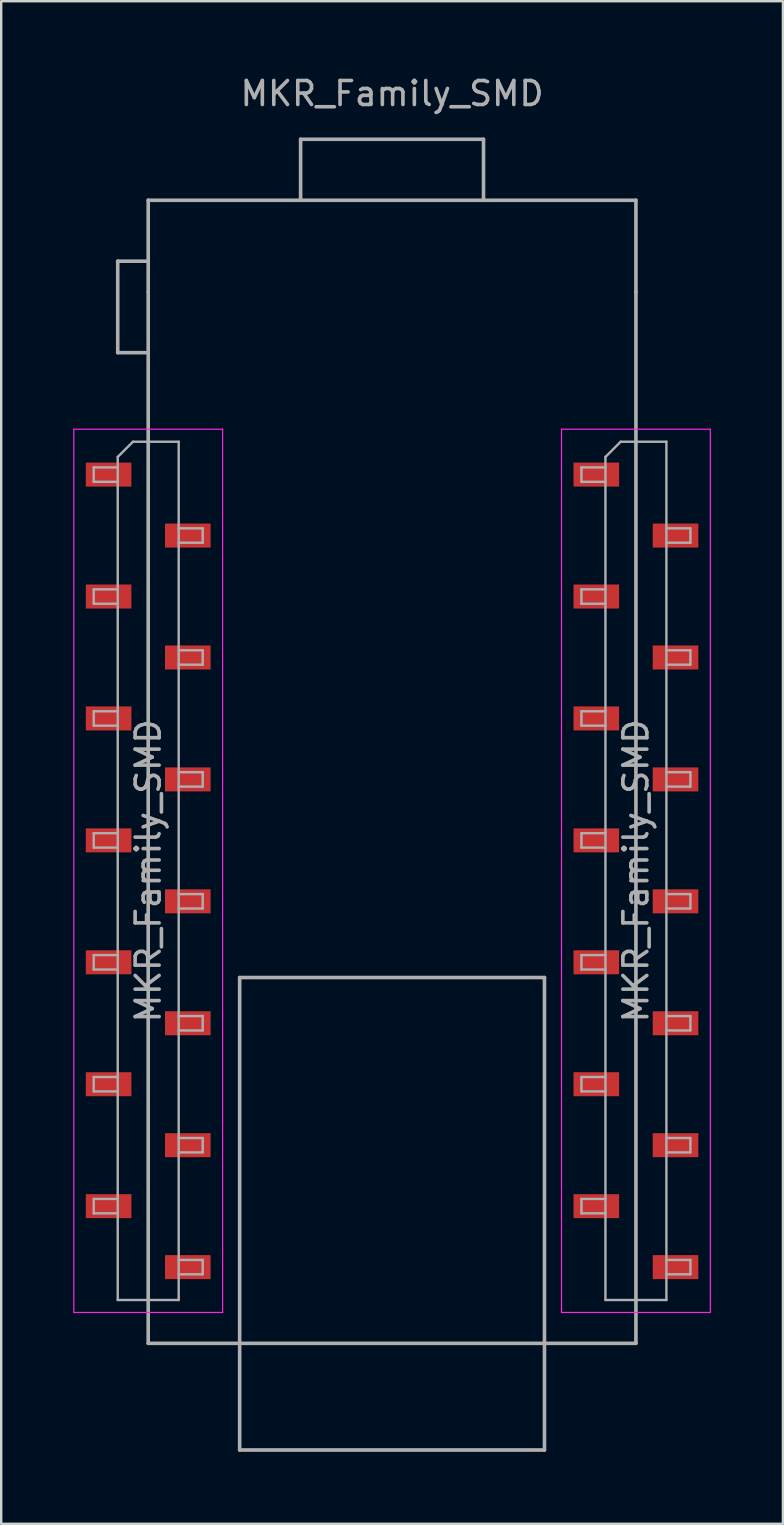
<source format=kicad_pcb>
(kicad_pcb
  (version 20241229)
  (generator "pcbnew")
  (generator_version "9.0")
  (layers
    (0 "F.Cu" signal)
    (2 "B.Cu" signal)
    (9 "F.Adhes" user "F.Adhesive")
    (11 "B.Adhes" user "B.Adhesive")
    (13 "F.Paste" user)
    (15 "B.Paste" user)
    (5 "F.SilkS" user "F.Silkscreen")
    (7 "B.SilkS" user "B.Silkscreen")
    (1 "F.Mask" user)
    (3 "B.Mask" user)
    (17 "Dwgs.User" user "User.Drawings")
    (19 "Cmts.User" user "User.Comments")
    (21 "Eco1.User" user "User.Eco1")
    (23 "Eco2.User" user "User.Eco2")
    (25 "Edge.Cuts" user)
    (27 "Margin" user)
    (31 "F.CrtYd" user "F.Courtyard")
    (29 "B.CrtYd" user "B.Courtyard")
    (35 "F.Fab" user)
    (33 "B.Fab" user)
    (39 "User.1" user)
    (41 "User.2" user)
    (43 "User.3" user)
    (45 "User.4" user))
  (footprint "MKR_Family_SMD"
    (layer "F.Cu")
    (at 13.285 33.233)
    (property "Reference" "MKR_Family_SMD" (at 0 -32.385 0) (layer "F.Fab") (effects (font (size 1 1) (thickness 0.15))))
    (attr smd)
    (fp_line (start -13.26 -18.4) (end -7.06 -18.4) (stroke (width 0.05) (type solid)) (layer "F.CrtYd"))
    (fp_line (start -13.26 18.4) (end -13.26 -18.4) (stroke (width 0.05) (type solid)) (layer "F.CrtYd"))
    (fp_line (start -7.06 -18.4) (end -7.06 18.4) (stroke (width 0.05) (type solid)) (layer "F.CrtYd"))
    (fp_line (start -7.06 18.4) (end -13.26 18.4) (stroke (width 0.05) (type solid)) (layer "F.CrtYd"))
    (fp_line (start 7.06 -18.4) (end 13.26 -18.4) (stroke (width 0.05) (type solid)) (layer "F.CrtYd"))
    (fp_line (start 7.06 18.4) (end 7.06 -18.4) (stroke (width 0.05) (type solid)) (layer "F.CrtYd"))
    (fp_line (start 13.26 -18.4) (end 13.26 18.4) (stroke (width 0.05) (type solid)) (layer "F.CrtYd"))
    (fp_line (start 13.26 18.4) (end 7.06 18.4) (stroke (width 0.05) (type solid)) (layer "F.CrtYd"))
    (fp_line (start -12.43 -16.81) (end -11.43 -16.81) (stroke (width 0.1) (type solid)) (layer "F.Fab"))
    (fp_line (start -12.43 -16.21) (end -12.43 -16.81) (stroke (width 0.1) (type solid)) (layer "F.Fab"))
    (fp_line (start -12.43 -11.73) (end -11.43 -11.73) (stroke (width 0.1) (type solid)) (layer "F.Fab"))
    (fp_line (start -12.43 -11.13) (end -12.43 -11.73) (stroke (width 0.1) (type solid)) (layer "F.Fab"))
    (fp_line (start -12.43 -6.65) (end -11.43 -6.65) (stroke (width 0.1) (type solid)) (layer "F.Fab"))
    (fp_line (start -12.43 -6.05) (end -12.43 -6.65) (stroke (width 0.1) (type solid)) (layer "F.Fab"))
    (fp_line (start -12.43 -1.57) (end -11.43 -1.57) (stroke (width 0.1) (type solid)) (layer "F.Fab"))
    (fp_line (start -12.43 -0.97) (end -12.43 -1.57) (stroke (width 0.1) (type solid)) (layer "F.Fab"))
    (fp_line (start -12.43 3.51) (end -11.43 3.51) (stroke (width 0.1) (type solid)) (layer "F.Fab"))
    (fp_line (start -12.43 4.11) (end -12.43 3.51) (stroke (width 0.1) (type solid)) (layer "F.Fab"))
    (fp_line (start -12.43 8.59) (end -11.43 8.59) (stroke (width 0.1) (type solid)) (layer "F.Fab"))
    (fp_line (start -12.43 9.19) (end -12.43 8.59) (stroke (width 0.1) (type solid)) (layer "F.Fab"))
    (fp_line (start -12.43 13.67) (end -11.43 13.67) (stroke (width 0.1) (type solid)) (layer "F.Fab"))
    (fp_line (start -12.43 14.27) (end -12.43 13.67) (stroke (width 0.1) (type solid)) (layer "F.Fab"))
    (fp_line (start -11.43 -25.4) (end -10.16 -25.4) (stroke (width 0.15) (type solid)) (layer "F.Fab"))
    (fp_line (start -11.43 -21.59) (end -11.43 -25.4) (stroke (width 0.15) (type solid)) (layer "F.Fab"))
    (fp_line (start -11.43 -17.245) (end -10.795 -17.88) (stroke (width 0.1) (type solid)) (layer "F.Fab"))
    (fp_line (start -11.43 -16.21) (end -12.43 -16.21) (stroke (width 0.1) (type solid)) (layer "F.Fab"))
    (fp_line (start -11.43 -11.13) (end -12.43 -11.13) (stroke (width 0.1) (type solid)) (layer "F.Fab"))
    (fp_line (start -11.43 -6.05) (end -12.43 -6.05) (stroke (width 0.1) (type solid)) (layer "F.Fab"))
    (fp_line (start -11.43 -0.97) (end -12.43 -0.97) (stroke (width 0.1) (type solid)) (layer "F.Fab"))
    (fp_line (start -11.43 4.11) (end -12.43 4.11) (stroke (width 0.1) (type solid)) (layer "F.Fab"))
    (fp_line (start -11.43 9.19) (end -12.43 9.19) (stroke (width 0.1) (type solid)) (layer "F.Fab"))
    (fp_line (start -11.43 14.27) (end -12.43 14.27) (stroke (width 0.1) (type solid)) (layer "F.Fab"))
    (fp_line (start -11.43 17.88) (end -11.43 -17.245) (stroke (width 0.1) (type solid)) (layer "F.Fab"))
    (fp_line (start -10.795 -17.88) (end -8.89 -17.88) (stroke (width 0.1) (type solid)) (layer "F.Fab"))
    (fp_line (start -10.16 -27.94) (end 10.16 -27.94) (stroke (width 0.15) (type solid)) (layer "F.Fab"))
    (fp_line (start -10.16 -24.13) (end -10.16 -27.94) (stroke (width 0.15) (type solid)) (layer "F.Fab"))
    (fp_line (start -10.16 -24.13) (end -10.16 19.685) (stroke (width 0.15) (type solid)) (layer "F.Fab"))
    (fp_line (start -10.16 -21.59) (end -11.43 -21.59) (stroke (width 0.15) (type solid)) (layer "F.Fab"))
    (fp_line (start -10.16 19.685) (end 10.16 19.685) (stroke (width 0.15) (type solid)) (layer "F.Fab"))
    (fp_line (start -8.89 -17.88) (end -8.89 17.88) (stroke (width 0.1) (type solid)) (layer "F.Fab"))
    (fp_line (start -8.89 -14.27) (end -7.89 -14.27) (stroke (width 0.1) (type solid)) (layer "F.Fab"))
    (fp_line (start -8.89 -9.19) (end -7.89 -9.19) (stroke (width 0.1) (type solid)) (layer "F.Fab"))
    (fp_line (start -8.89 -4.11) (end -7.89 -4.11) (stroke (width 0.1) (type solid)) (layer "F.Fab"))
    (fp_line (start -8.89 0.97) (end -7.89 0.97) (stroke (width 0.1) (type solid)) (layer "F.Fab"))
    (fp_line (start -8.89 6.05) (end -7.89 6.05) (stroke (width 0.1) (type solid)) (layer "F.Fab"))
    (fp_line (start -8.89 11.13) (end -7.89 11.13) (stroke (width 0.1) (type solid)) (layer "F.Fab"))
    (fp_line (start -8.89 16.21) (end -7.89 16.21) (stroke (width 0.1) (type solid)) (layer "F.Fab"))
    (fp_line (start -8.89 17.88) (end -11.43 17.88) (stroke (width 0.1) (type solid)) (layer "F.Fab"))
    (fp_line (start -7.89 -14.27) (end -7.89 -13.67) (stroke (width 0.1) (type solid)) (layer "F.Fab"))
    (fp_line (start -7.89 -13.67) (end -8.89 -13.67) (stroke (width 0.1) (type solid)) (layer "F.Fab"))
    (fp_line (start -7.89 -9.19) (end -7.89 -8.59) (stroke (width 0.1) (type solid)) (layer "F.Fab"))
    (fp_line (start -7.89 -8.59) (end -8.89 -8.59) (stroke (width 0.1) (type solid)) (layer "F.Fab"))
    (fp_line (start -7.89 -4.11) (end -7.89 -3.51) (stroke (width 0.1) (type solid)) (layer "F.Fab"))
    (fp_line (start -7.89 -3.51) (end -8.89 -3.51) (stroke (width 0.1) (type solid)) (layer "F.Fab"))
    (fp_line (start -7.89 0.97) (end -7.89 1.57) (stroke (width 0.1) (type solid)) (layer "F.Fab"))
    (fp_line (start -7.89 1.57) (end -8.89 1.57) (stroke (width 0.1) (type solid)) (layer "F.Fab"))
    (fp_line (start -7.89 6.05) (end -7.89 6.65) (stroke (width 0.1) (type solid)) (layer "F.Fab"))
    (fp_line (start -7.89 6.65) (end -8.89 6.65) (stroke (width 0.1) (type solid)) (layer "F.Fab"))
    (fp_line (start -7.89 11.13) (end -7.89 11.73) (stroke (width 0.1) (type solid)) (layer "F.Fab"))
    (fp_line (start -7.89 11.73) (end -8.89 11.73) (stroke (width 0.1) (type solid)) (layer "F.Fab"))
    (fp_line (start -7.89 16.21) (end -7.89 16.81) (stroke (width 0.1) (type solid)) (layer "F.Fab"))
    (fp_line (start -7.89 16.81) (end -8.89 16.81) (stroke (width 0.1) (type solid)) (layer "F.Fab"))
    (fp_line (start -6.35 4.445) (end -6.35 24.13) (stroke (width 0.15) (type solid)) (layer "F.Fab"))
    (fp_line (start -6.35 24.13) (end 6.35 24.13) (stroke (width 0.15) (type solid)) (layer "F.Fab"))
    (fp_line (start -3.81 -30.48) (end 3.81 -30.48) (stroke (width 0.15) (type solid)) (layer "F.Fab"))
    (fp_line (start -3.81 -27.94) (end -3.81 -30.48) (stroke (width 0.15) (type solid)) (layer "F.Fab"))
    (fp_line (start 3.81 -30.48) (end 3.81 -27.94) (stroke (width 0.15) (type solid)) (layer "F.Fab"))
    (fp_line (start 6.35 4.445) (end -6.35 4.445) (stroke (width 0.15) (type solid)) (layer "F.Fab"))
    (fp_line (start 6.35 24.13) (end 6.35 4.445) (stroke (width 0.15) (type solid)) (layer "F.Fab"))
    (fp_line (start 7.89 -16.81) (end 8.89 -16.81) (stroke (width 0.1) (type solid)) (layer "F.Fab"))
    (fp_line (start 7.89 -16.21) (end 7.89 -16.81) (stroke (width 0.1) (type solid)) (layer "F.Fab"))
    (fp_line (start 7.89 -11.73) (end 8.89 -11.73) (stroke (width 0.1) (type solid)) (layer "F.Fab"))
    (fp_line (start 7.89 -11.13) (end 7.89 -11.73) (stroke (width 0.1) (type solid)) (layer "F.Fab"))
    (fp_line (start 7.89 -6.65) (end 8.89 -6.65) (stroke (width 0.1) (type solid)) (layer "F.Fab"))
    (fp_line (start 7.89 -6.05) (end 7.89 -6.65) (stroke (width 0.1) (type solid)) (layer "F.Fab"))
    (fp_line (start 7.89 -1.57) (end 8.89 -1.57) (stroke (width 0.1) (type solid)) (layer "F.Fab"))
    (fp_line (start 7.89 -0.97) (end 7.89 -1.57) (stroke (width 0.1) (type solid)) (layer "F.Fab"))
    (fp_line (start 7.89 3.51) (end 8.89 3.51) (stroke (width 0.1) (type solid)) (layer "F.Fab"))
    (fp_line (start 7.89 4.11) (end 7.89 3.51) (stroke (width 0.1) (type solid)) (layer "F.Fab"))
    (fp_line (start 7.89 8.59) (end 8.89 8.59) (stroke (width 0.1) (type solid)) (layer "F.Fab"))
    (fp_line (start 7.89 9.19) (end 7.89 8.59) (stroke (width 0.1) (type solid)) (layer "F.Fab"))
    (fp_line (start 7.89 13.67) (end 8.89 13.67) (stroke (width 0.1) (type solid)) (layer "F.Fab"))
    (fp_line (start 7.89 14.27) (end 7.89 13.67) (stroke (width 0.1) (type solid)) (layer "F.Fab"))
    (fp_line (start 8.89 -17.245) (end 9.525 -17.88) (stroke (width 0.1) (type solid)) (layer "F.Fab"))
    (fp_line (start 8.89 -16.21) (end 7.89 -16.21) (stroke (width 0.1) (type solid)) (layer "F.Fab"))
    (fp_line (start 8.89 -11.13) (end 7.89 -11.13) (stroke (width 0.1) (type solid)) (layer "F.Fab"))
    (fp_line (start 8.89 -6.05) (end 7.89 -6.05) (stroke (width 0.1) (type solid)) (layer "F.Fab"))
    (fp_line (start 8.89 -0.97) (end 7.89 -0.97) (stroke (width 0.1) (type solid)) (layer "F.Fab"))
    (fp_line (start 8.89 4.11) (end 7.89 4.11) (stroke (width 0.1) (type solid)) (layer "F.Fab"))
    (fp_line (start 8.89 9.19) (end 7.89 9.19) (stroke (width 0.1) (type solid)) (layer "F.Fab"))
    (fp_line (start 8.89 14.27) (end 7.89 14.27) (stroke (width 0.1) (type solid)) (layer "F.Fab"))
    (fp_line (start 8.89 17.88) (end 8.89 -17.245) (stroke (width 0.1) (type solid)) (layer "F.Fab"))
    (fp_line (start 9.525 -17.88) (end 11.43 -17.88) (stroke (width 0.1) (type solid)) (layer "F.Fab"))
    (fp_line (start 10.16 -27.94) (end 10.16 -24.13) (stroke (width 0.15) (type solid)) (layer "F.Fab"))
    (fp_line (start 10.16 19.685) (end 10.16 -24.13) (stroke (width 0.15) (type solid)) (layer "F.Fab"))
    (fp_line (start 11.43 -17.88) (end 11.43 17.88) (stroke (width 0.1) (type solid)) (layer "F.Fab"))
    (fp_line (start 11.43 -14.27) (end 12.43 -14.27) (stroke (width 0.1) (type solid)) (layer "F.Fab"))
    (fp_line (start 11.43 -9.19) (end 12.43 -9.19) (stroke (width 0.1) (type solid)) (layer "F.Fab"))
    (fp_line (start 11.43 -4.11) (end 12.43 -4.11) (stroke (width 0.1) (type solid)) (layer "F.Fab"))
    (fp_line (start 11.43 0.97) (end 12.43 0.97) (stroke (width 0.1) (type solid)) (layer "F.Fab"))
    (fp_line (start 11.43 6.05) (end 12.43 6.05) (stroke (width 0.1) (type solid)) (layer "F.Fab"))
    (fp_line (start 11.43 11.13) (end 12.43 11.13) (stroke (width 0.1) (type solid)) (layer "F.Fab"))
    (fp_line (start 11.43 16.21) (end 12.43 16.21) (stroke (width 0.1) (type solid)) (layer "F.Fab"))
    (fp_line (start 11.43 17.88) (end 8.89 17.88) (stroke (width 0.1) (type solid)) (layer "F.Fab"))
    (fp_line (start 12.43 -14.27) (end 12.43 -13.67) (stroke (width 0.1) (type solid)) (layer "F.Fab"))
    (fp_line (start 12.43 -13.67) (end 11.43 -13.67) (stroke (width 0.1) (type solid)) (layer "F.Fab"))
    (fp_line (start 12.43 -9.19) (end 12.43 -8.59) (stroke (width 0.1) (type solid)) (layer "F.Fab"))
    (fp_line (start 12.43 -8.59) (end 11.43 -8.59) (stroke (width 0.1) (type solid)) (layer "F.Fab"))
    (fp_line (start 12.43 -4.11) (end 12.43 -3.51) (stroke (width 0.1) (type solid)) (layer "F.Fab"))
    (fp_line (start 12.43 -3.51) (end 11.43 -3.51) (stroke (width 0.1) (type solid)) (layer "F.Fab"))
    (fp_line (start 12.43 0.97) (end 12.43 1.57) (stroke (width 0.1) (type solid)) (layer "F.Fab"))
    (fp_line (start 12.43 1.57) (end 11.43 1.57) (stroke (width 0.1) (type solid)) (layer "F.Fab"))
    (fp_line (start 12.43 6.05) (end 12.43 6.65) (stroke (width 0.1) (type solid)) (layer "F.Fab"))
    (fp_line (start 12.43 6.65) (end 11.43 6.65) (stroke (width 0.1) (type solid)) (layer "F.Fab"))
    (fp_line (start 12.43 11.13) (end 12.43 11.73) (stroke (width 0.1) (type solid)) (layer "F.Fab"))
    (fp_line (start 12.43 11.73) (end 11.43 11.73) (stroke (width 0.1) (type solid)) (layer "F.Fab"))
    (fp_line (start 12.43 16.21) (end 12.43 16.81) (stroke (width 0.1) (type solid)) (layer "F.Fab"))
    (fp_line (start 12.43 16.81) (end 11.43 16.81) (stroke (width 0.1) (type solid)) (layer "F.Fab"))
    (fp_poly (pts (xy 6.35 24.13) (xy -6.35 24.13) (xy -6.35 4.445) (xy 6.35 4.445)) (stroke (width 0.1) (type solid)) (fill no) (layer "F.Fab"))
    (fp_text user "${REFERENCE}" (at 10.16 0 90) (layer "F.Fab") (effects (font (size 1 1) (thickness 0.15))))
    (fp_text user "${REFERENCE}" (at -10.16 0 90) (layer "F.Fab") (effects (font (size 1 1) (thickness 0.15))))
    (pad "1" smd rect (at -11.81 -16.51) (size 1.9 1) (layers "F.Cu" "F.Mask" "F.Paste"))
    (pad "2" smd rect (at -8.51 -13.97) (size 1.9 1) (layers "F.Cu" "F.Mask" "F.Paste"))
    (pad "3" smd rect (at -11.81 -11.43) (size 1.9 1) (layers "F.Cu" "F.Mask" "F.Paste"))
    (pad "4" smd rect (at -8.51 -8.89) (size 1.9 1) (layers "F.Cu" "F.Mask" "F.Paste"))
    (pad "5" smd rect (at -11.81 -6.35) (size 1.9 1) (layers "F.Cu" "F.Mask" "F.Paste"))
    (pad "6" smd rect (at -8.51 -3.81) (size 1.9 1) (layers "F.Cu" "F.Mask" "F.Paste"))
    (pad "7" smd rect (at -11.81 -1.27) (size 1.9 1) (layers "F.Cu" "F.Mask" "F.Paste"))
    (pad "8" smd rect (at -8.51 1.27) (size 1.9 1) (layers "F.Cu" "F.Mask" "F.Paste"))
    (pad "9" smd rect (at -11.81 3.81) (size 1.9 1) (layers "F.Cu" "F.Mask" "F.Paste"))
    (pad "10" smd rect (at -8.51 6.35) (size 1.9 1) (layers "F.Cu" "F.Mask" "F.Paste"))
    (pad "11" smd rect (at -11.81 8.89) (size 1.9 1) (layers "F.Cu" "F.Mask" "F.Paste"))
    (pad "12" smd rect (at -8.51 11.43) (size 1.9 1) (layers "F.Cu" "F.Mask" "F.Paste"))
    (pad "13" smd rect (at -11.81 13.97) (size 1.9 1) (layers "F.Cu" "F.Mask" "F.Paste"))
    (pad "14" smd rect (at -8.51 16.51) (size 1.9 1) (layers "F.Cu" "F.Mask" "F.Paste"))
    (pad "15" smd rect (at 11.81 16.51) (size 1.9 1) (layers "F.Cu" "F.Mask" "F.Paste"))
    (pad "16" smd rect (at 8.51 13.97) (size 1.9 1) (layers "F.Cu" "F.Mask" "F.Paste"))
    (pad "17" smd rect (at 11.81 11.43) (size 1.9 1) (layers "F.Cu" "F.Mask" "F.Paste"))
    (pad "18" smd rect (at 8.51 8.89) (size 1.9 1) (layers "F.Cu" "F.Mask" "F.Paste"))
    (pad "19" smd rect (at 11.81 6.35) (size 1.9 1) (layers "F.Cu" "F.Mask" "F.Paste"))
    (pad "20" smd rect (at 8.51 3.81) (size 1.9 1) (layers "F.Cu" "F.Mask" "F.Paste"))
    (pad "21" smd rect (at 11.81 1.27) (size 1.9 1) (layers "F.Cu" "F.Mask" "F.Paste"))
    (pad "22" smd rect (at 8.51 -1.27) (size 1.9 1) (layers "F.Cu" "F.Mask" "F.Paste"))
    (pad "23" smd rect (at 11.81 -3.81) (size 1.9 1) (layers "F.Cu" "F.Mask" "F.Paste"))
    (pad "24" smd rect (at 8.51 -6.35) (size 1.9 1) (layers "F.Cu" "F.Mask" "F.Paste"))
    (pad "25" smd rect (at 11.81 -8.89) (size 1.9 1) (layers "F.Cu" "F.Mask" "F.Paste"))
    (pad "26" smd rect (at 8.51 -11.43) (size 1.9 1) (layers "F.Cu" "F.Mask" "F.Paste"))
    (pad "27" smd rect (at 11.81 -13.97) (size 1.9 1) (layers "F.Cu" "F.Mask" "F.Paste"))
    (pad "28" smd rect (at 8.51 -16.51) (size 1.9 1) (layers "F.Cu" "F.Mask" "F.Paste")))
  (gr_rect
    (start -3 -3)
    (end 29.57 60.438)
    (stroke (width 0.1) (type default))
    (fill no)
    (layer "Edge.Cuts")))
</source>
